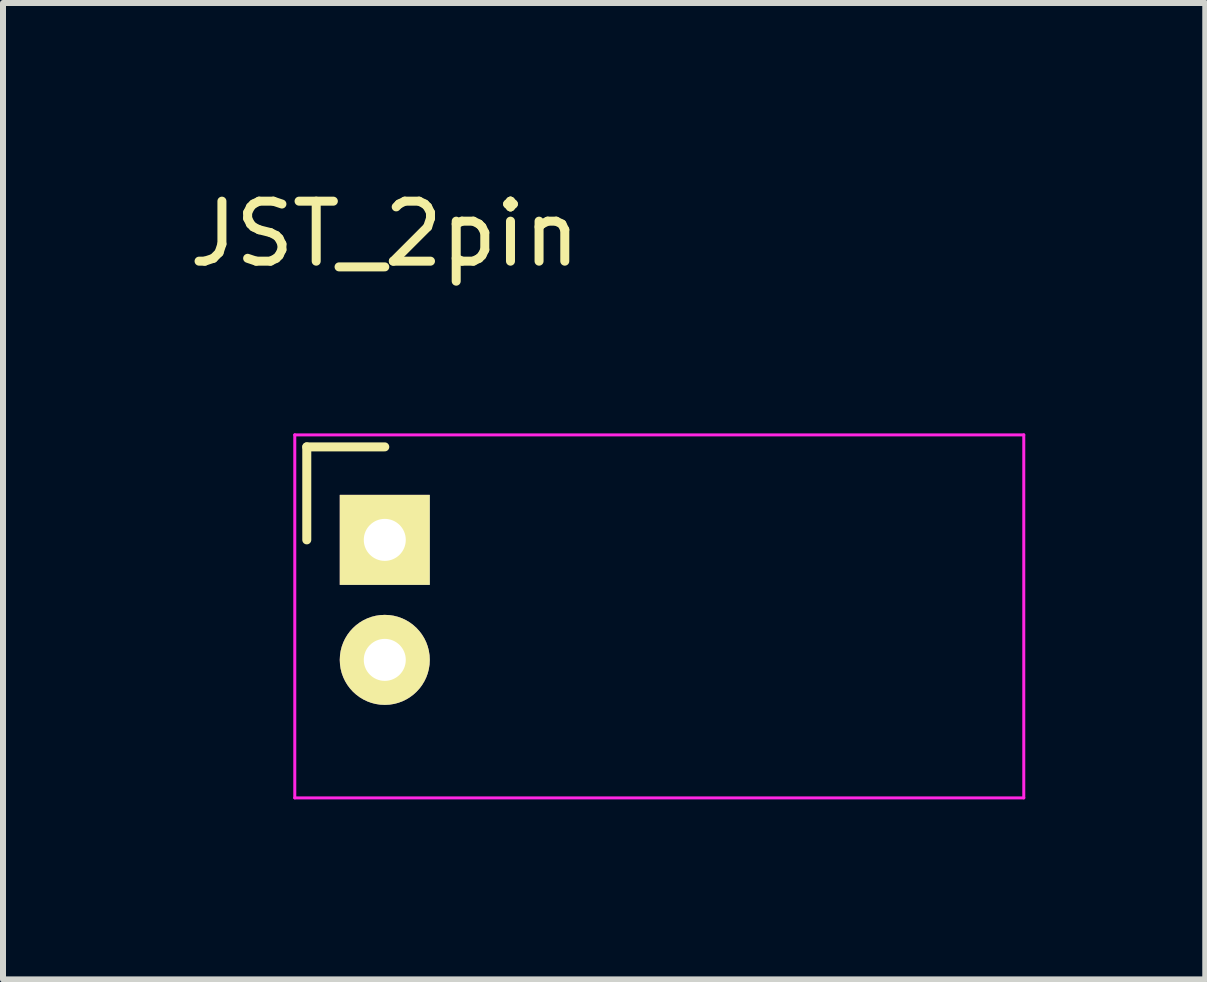
<source format=kicad_pcb>
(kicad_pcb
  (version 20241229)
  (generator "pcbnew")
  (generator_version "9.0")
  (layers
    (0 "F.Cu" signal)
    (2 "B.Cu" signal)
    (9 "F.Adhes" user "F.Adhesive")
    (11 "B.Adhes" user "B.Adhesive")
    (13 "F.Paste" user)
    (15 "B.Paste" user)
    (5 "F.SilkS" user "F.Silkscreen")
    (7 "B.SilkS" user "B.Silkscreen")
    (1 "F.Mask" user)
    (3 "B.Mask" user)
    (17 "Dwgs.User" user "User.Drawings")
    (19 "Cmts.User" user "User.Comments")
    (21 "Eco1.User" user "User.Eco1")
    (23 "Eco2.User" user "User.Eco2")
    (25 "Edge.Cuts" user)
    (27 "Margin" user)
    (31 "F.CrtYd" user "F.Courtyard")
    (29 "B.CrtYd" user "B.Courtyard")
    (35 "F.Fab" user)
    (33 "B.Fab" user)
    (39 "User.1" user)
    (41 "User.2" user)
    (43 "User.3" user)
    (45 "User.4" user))
  (footprint "JST_2pin"
    (layer "F.Cu")
    (at 3.363 5.948)
    (property "Reference" "JST_2pin" (at 0 -5.1 0) (layer "F.SilkS") (effects (font (size 1 1) (thickness 0.15))))
    (attr through_hole)
    (fp_line (start -1.3 -1.55) (end -1.3 0) (stroke (width 0.15) (type solid)) (layer "F.SilkS"))
    (fp_line (start 0 -1.55) (end -1.3 -1.55) (stroke (width 0.15) (type solid)) (layer "F.SilkS"))
    (fp_line (start 1.5 1.15) (end 1.5 3.3) (stroke (width 0.15) (type solid)) (layer "Eco1.User"))
    (fp_line (start 1.524 -1.27) (end 1.524 1.27) (stroke (width 0.15) (type solid)) (layer "Eco1.User"))
    (fp_line (start 1.524 -1.27) (end 4.064 -1.27) (stroke (width 0.15) (type solid)) (layer "Eco1.User"))
    (fp_line (start 1.524 3.26) (end 4.064 3.26) (stroke (width 0.15) (type solid)) (layer "Eco1.User"))
    (fp_line (start 1.574 0.87) (end 4.114 0.87) (stroke (width 0.15) (type solid)) (layer "Eco1.User"))
    (fp_line (start 4.064 1.27) (end 4.064 -1.27) (stroke (width 0.15) (type solid)) (layer "Eco1.User"))
    (fp_line (start 4.064 3.26) (end 4.064 0.72) (stroke (width 0.15) (type solid)) (layer "Eco1.User"))
    (fp_line (start -1.5 -1.75) (end -1.5 4.3) (stroke (width 0.05) (type solid)) (layer "F.CrtYd"))
    (fp_line (start -1.5 -1.75) (end 10.65 -1.75) (stroke (width 0.05) (type solid)) (layer "F.CrtYd"))
    (fp_line (start -1.5 4.3) (end 10.65 4.3) (stroke (width 0.05) (type solid)) (layer "F.CrtYd"))
    (fp_line (start 10.65 -1.75) (end 10.65 4.3) (stroke (width 0.05) (type solid)) (layer "F.CrtYd"))
    (pad "1" thru_hole rect (at 0 0) (size 1.5 1.5) (drill 0.7) (layers "*.Cu" "*.Mask" "F.SilkS"))
    (pad "2" thru_hole oval (at 0 2) (size 1.5 1.5) (drill 0.7) (layers "*.Cu" "*.Mask" "F.SilkS")))
  (gr_rect
    (start -3 -3)
    (end 17.038 13.273)
    (stroke (width 0.1) (type default))
    (fill no)
    (layer "Edge.Cuts")))
</source>
